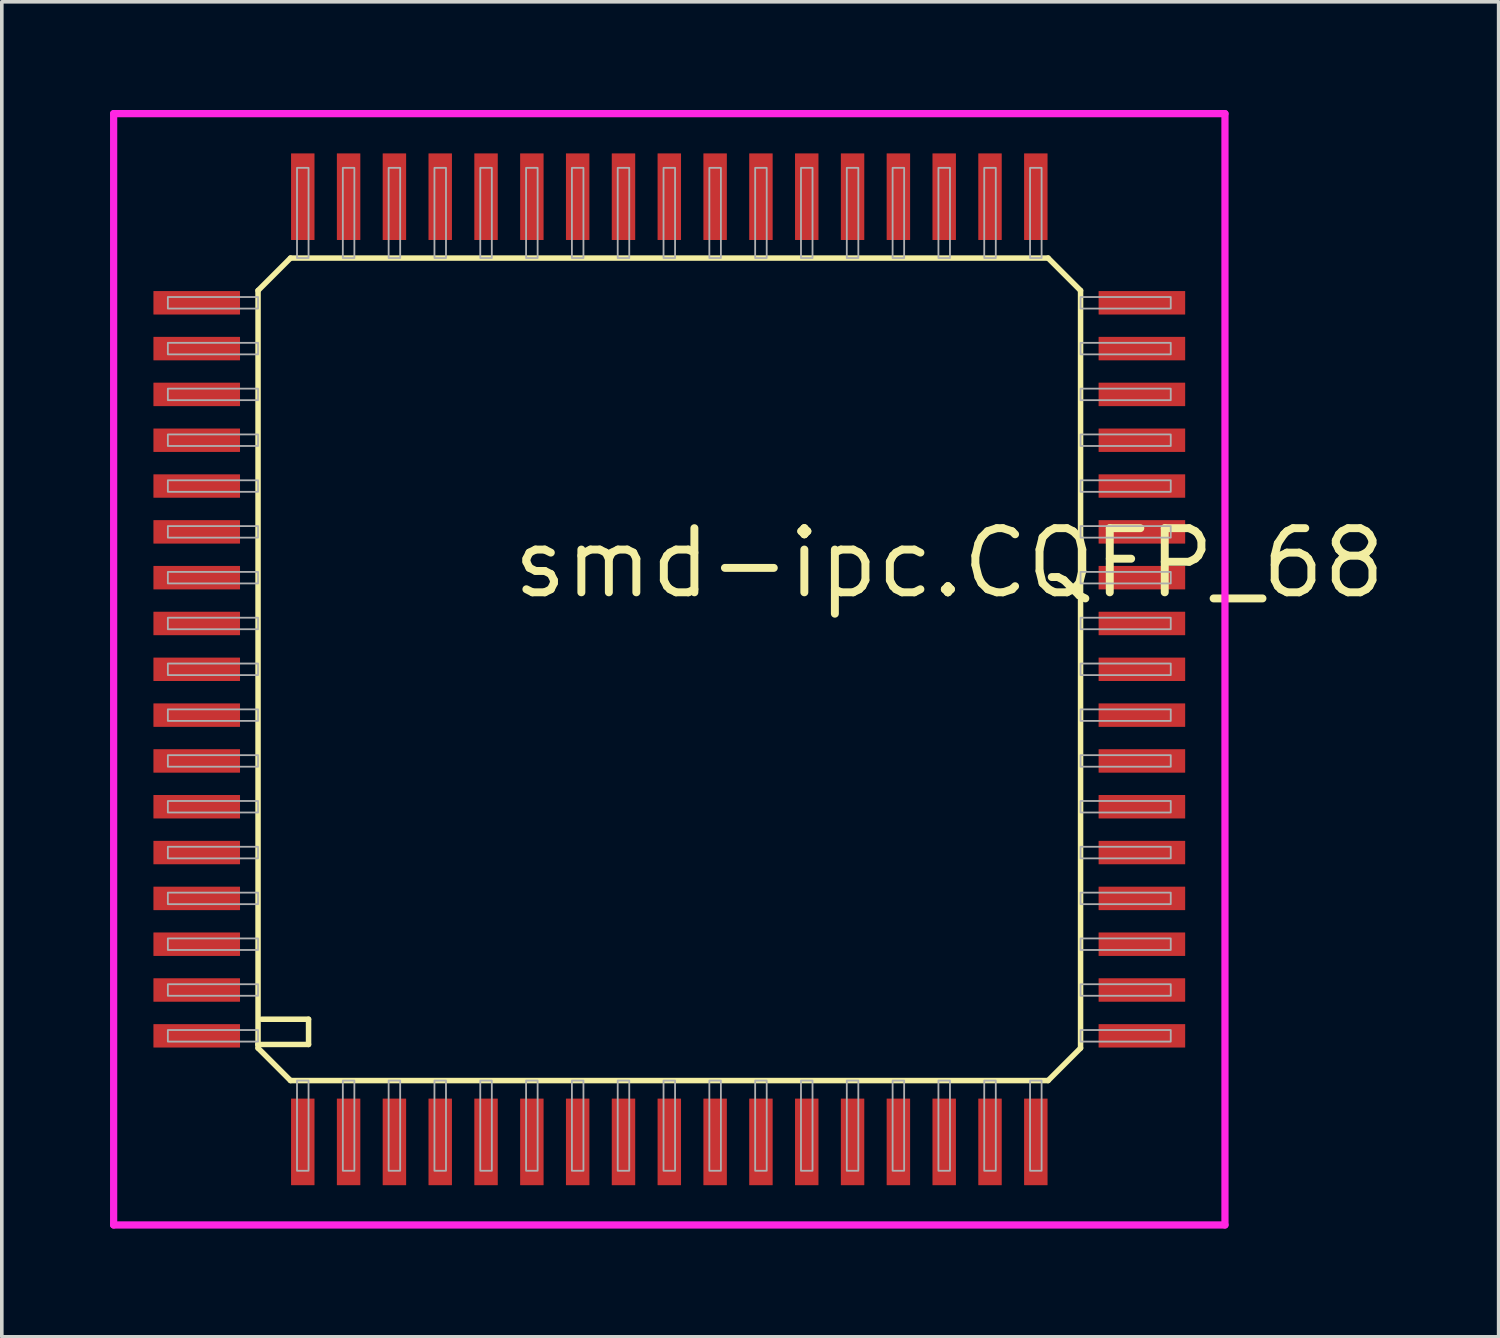
<source format=kicad_pcb>
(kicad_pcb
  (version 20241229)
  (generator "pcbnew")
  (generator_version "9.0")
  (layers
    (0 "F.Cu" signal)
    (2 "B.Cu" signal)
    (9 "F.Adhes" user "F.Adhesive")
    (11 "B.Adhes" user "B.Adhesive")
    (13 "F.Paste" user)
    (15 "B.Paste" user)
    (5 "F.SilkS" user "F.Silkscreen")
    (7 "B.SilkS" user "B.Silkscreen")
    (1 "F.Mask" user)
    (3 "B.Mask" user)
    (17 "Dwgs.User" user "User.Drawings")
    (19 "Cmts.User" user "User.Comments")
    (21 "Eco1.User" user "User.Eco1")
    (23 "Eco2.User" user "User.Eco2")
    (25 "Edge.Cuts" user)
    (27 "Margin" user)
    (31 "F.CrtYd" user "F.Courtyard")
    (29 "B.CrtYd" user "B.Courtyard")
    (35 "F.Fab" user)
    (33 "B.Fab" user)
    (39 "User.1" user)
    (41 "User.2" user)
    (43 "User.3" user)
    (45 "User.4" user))
  (footprint "smd-ipc.CQFP_68"
    (layer "F.Cu")
    (at 15.503 15.503)
    (property "Reference" "smd-ipc.CQFP_68" (at -4.445 -1.905 0) (layer "F.SilkS") (effects (font (size 1.778 1.778) (thickness 0.22)) (justify left bottom)))
    (attr smd)
    (fp_line (start -11.4 -10.5) (end -11.4 10.4) (stroke (width 0.152) (type default)) (layer "F.SilkS"))
    (fp_line (start -11.4 -10.5) (end -10.5 -11.4) (stroke (width 0.152) (type default)) (layer "F.SilkS"))
    (fp_line (start -11.4 10.4) (end -11.4 10.5) (stroke (width 0.152) (type default)) (layer "F.SilkS"))
    (fp_line (start -11.4 10.4) (end -10 10.4) (stroke (width 0.152) (type default)) (layer "F.SilkS"))
    (fp_line (start -11.4 10.5) (end -10.5 11.4) (stroke (width 0.152) (type default)) (layer "F.SilkS"))
    (fp_line (start -10.5 11.4) (end 10.5 11.4) (stroke (width 0.152) (type default)) (layer "F.SilkS"))
    (fp_line (start -10 9.7) (end -11.3 9.7) (stroke (width 0.152) (type default)) (layer "F.SilkS"))
    (fp_line (start -10 10.4) (end -10 9.7) (stroke (width 0.152) (type default)) (layer "F.SilkS"))
    (fp_line (start 10.5 -11.4) (end -10.5 -11.4) (stroke (width 0.152) (type default)) (layer "F.SilkS"))
    (fp_line (start 10.5 -11.4) (end 11.4 -10.5) (stroke (width 0.152) (type default)) (layer "F.SilkS"))
    (fp_line (start 10.5 11.4) (end 11.4 10.5) (stroke (width 0.152) (type default)) (layer "F.SilkS"))
    (fp_line (start 11.4 10.5) (end 11.4 -10.5) (stroke (width 0.152) (type default)) (layer "F.SilkS"))
    (fp_line (start -15.403 -15.403) (end 15.403 -15.403) (stroke (width 0.2) (type default)) (layer "F.CrtYd"))
    (fp_line (start -15.403 15.403) (end -15.403 -15.403) (stroke (width 0.2) (type default)) (layer "F.CrtYd"))
    (fp_line (start 15.403 -15.403) (end 15.403 15.403) (stroke (width 0.2) (type default)) (layer "F.CrtYd"))
    (fp_line (start 15.403 15.403) (end -15.403 15.403) (stroke (width 0.2) (type default)) (layer "F.CrtYd"))
    (fp_rect (start -13.9 -10) (end -11.4 -10.32) (stroke (width 0.05) (type default)) (fill no) (layer "F.Fab"))
    (fp_rect (start -13.9 -8.73) (end -11.4 -9.05) (stroke (width 0.05) (type default)) (fill no) (layer "F.Fab"))
    (fp_rect (start -13.9 -7.46) (end -11.4 -7.78) (stroke (width 0.05) (type default)) (fill no) (layer "F.Fab"))
    (fp_rect (start -13.9 -6.19) (end -11.4 -6.51) (stroke (width 0.05) (type default)) (fill no) (layer "F.Fab"))
    (fp_rect (start -13.9 -4.92) (end -11.4 -5.24) (stroke (width 0.05) (type default)) (fill no) (layer "F.Fab"))
    (fp_rect (start -13.9 -3.65) (end -11.4 -3.97) (stroke (width 0.05) (type default)) (fill no) (layer "F.Fab"))
    (fp_rect (start -13.9 -2.38) (end -11.4 -2.7) (stroke (width 0.05) (type default)) (fill no) (layer "F.Fab"))
    (fp_rect (start -13.9 -1.11) (end -11.4 -1.43) (stroke (width 0.05) (type default)) (fill no) (layer "F.Fab"))
    (fp_rect (start -13.9 0.16) (end -11.4 -0.16) (stroke (width 0.05) (type default)) (fill no) (layer "F.Fab"))
    (fp_rect (start -13.9 1.43) (end -11.4 1.11) (stroke (width 0.05) (type default)) (fill no) (layer "F.Fab"))
    (fp_rect (start -13.9 2.7) (end -11.4 2.38) (stroke (width 0.05) (type default)) (fill no) (layer "F.Fab"))
    (fp_rect (start -13.9 3.97) (end -11.4 3.65) (stroke (width 0.05) (type default)) (fill no) (layer "F.Fab"))
    (fp_rect (start -13.9 5.24) (end -11.4 4.92) (stroke (width 0.05) (type default)) (fill no) (layer "F.Fab"))
    (fp_rect (start -13.9 6.51) (end -11.4 6.19) (stroke (width 0.05) (type default)) (fill no) (layer "F.Fab"))
    (fp_rect (start -13.9 7.78) (end -11.4 7.46) (stroke (width 0.05) (type default)) (fill no) (layer "F.Fab"))
    (fp_rect (start -13.9 9.05) (end -11.4 8.73) (stroke (width 0.05) (type default)) (fill no) (layer "F.Fab"))
    (fp_rect (start -13.9 10.32) (end -11.4 10) (stroke (width 0.05) (type default)) (fill no) (layer "F.Fab"))
    (fp_rect (start -10.32 -11.4) (end -10 -13.9) (stroke (width 0.05) (type default)) (fill no) (layer "F.Fab"))
    (fp_rect (start -10.32 13.9) (end -10 11.4) (stroke (width 0.05) (type default)) (fill no) (layer "F.Fab"))
    (fp_rect (start -9.05 -11.4) (end -8.73 -13.9) (stroke (width 0.05) (type default)) (fill no) (layer "F.Fab"))
    (fp_rect (start -9.05 13.9) (end -8.73 11.4) (stroke (width 0.05) (type default)) (fill no) (layer "F.Fab"))
    (fp_rect (start -7.78 -11.4) (end -7.46 -13.9) (stroke (width 0.05) (type default)) (fill no) (layer "F.Fab"))
    (fp_rect (start -7.78 13.9) (end -7.46 11.4) (stroke (width 0.05) (type default)) (fill no) (layer "F.Fab"))
    (fp_rect (start -6.51 -11.4) (end -6.19 -13.9) (stroke (width 0.05) (type default)) (fill no) (layer "F.Fab"))
    (fp_rect (start -6.51 13.9) (end -6.19 11.4) (stroke (width 0.05) (type default)) (fill no) (layer "F.Fab"))
    (fp_rect (start -5.24 -11.4) (end -4.92 -13.9) (stroke (width 0.05) (type default)) (fill no) (layer "F.Fab"))
    (fp_rect (start -5.24 13.9) (end -4.92 11.4) (stroke (width 0.05) (type default)) (fill no) (layer "F.Fab"))
    (fp_rect (start -3.97 -11.4) (end -3.65 -13.9) (stroke (width 0.05) (type default)) (fill no) (layer "F.Fab"))
    (fp_rect (start -3.97 13.9) (end -3.65 11.4) (stroke (width 0.05) (type default)) (fill no) (layer "F.Fab"))
    (fp_rect (start -2.7 -11.4) (end -2.38 -13.9) (stroke (width 0.05) (type default)) (fill no) (layer "F.Fab"))
    (fp_rect (start -2.7 13.9) (end -2.38 11.4) (stroke (width 0.05) (type default)) (fill no) (layer "F.Fab"))
    (fp_rect (start -1.43 -11.4) (end -1.11 -13.9) (stroke (width 0.05) (type default)) (fill no) (layer "F.Fab"))
    (fp_rect (start -1.43 13.9) (end -1.11 11.4) (stroke (width 0.05) (type default)) (fill no) (layer "F.Fab"))
    (fp_rect (start -0.16 -11.4) (end 0.16 -13.9) (stroke (width 0.05) (type default)) (fill no) (layer "F.Fab"))
    (fp_rect (start -0.16 13.9) (end 0.16 11.4) (stroke (width 0.05) (type default)) (fill no) (layer "F.Fab"))
    (fp_rect (start 1.11 -11.4) (end 1.43 -13.9) (stroke (width 0.05) (type default)) (fill no) (layer "F.Fab"))
    (fp_rect (start 1.11 13.9) (end 1.43 11.4) (stroke (width 0.05) (type default)) (fill no) (layer "F.Fab"))
    (fp_rect (start 2.38 -11.4) (end 2.7 -13.9) (stroke (width 0.05) (type default)) (fill no) (layer "F.Fab"))
    (fp_rect (start 2.38 13.9) (end 2.7 11.4) (stroke (width 0.05) (type default)) (fill no) (layer "F.Fab"))
    (fp_rect (start 3.65 -11.4) (end 3.97 -13.9) (stroke (width 0.05) (type default)) (fill no) (layer "F.Fab"))
    (fp_rect (start 3.65 13.9) (end 3.97 11.4) (stroke (width 0.05) (type default)) (fill no) (layer "F.Fab"))
    (fp_rect (start 4.92 -11.4) (end 5.24 -13.9) (stroke (width 0.05) (type default)) (fill no) (layer "F.Fab"))
    (fp_rect (start 4.92 13.9) (end 5.24 11.4) (stroke (width 0.05) (type default)) (fill no) (layer "F.Fab"))
    (fp_rect (start 6.19 -11.4) (end 6.51 -13.9) (stroke (width 0.05) (type default)) (fill no) (layer "F.Fab"))
    (fp_rect (start 6.19 13.9) (end 6.51 11.4) (stroke (width 0.05) (type default)) (fill no) (layer "F.Fab"))
    (fp_rect (start 7.46 -11.4) (end 7.78 -13.9) (stroke (width 0.05) (type default)) (fill no) (layer "F.Fab"))
    (fp_rect (start 7.46 13.9) (end 7.78 11.4) (stroke (width 0.05) (type default)) (fill no) (layer "F.Fab"))
    (fp_rect (start 8.73 -11.4) (end 9.05 -13.9) (stroke (width 0.05) (type default)) (fill no) (layer "F.Fab"))
    (fp_rect (start 8.73 13.9) (end 9.05 11.4) (stroke (width 0.05) (type default)) (fill no) (layer "F.Fab"))
    (fp_rect (start 10 -11.4) (end 10.32 -13.9) (stroke (width 0.05) (type default)) (fill no) (layer "F.Fab"))
    (fp_rect (start 10 13.9) (end 10.32 11.4) (stroke (width 0.05) (type default)) (fill no) (layer "F.Fab"))
    (fp_rect (start 11.4 -10) (end 13.9 -10.32) (stroke (width 0.05) (type default)) (fill no) (layer "F.Fab"))
    (fp_rect (start 11.4 -8.73) (end 13.9 -9.05) (stroke (width 0.05) (type default)) (fill no) (layer "F.Fab"))
    (fp_rect (start 11.4 -7.46) (end 13.9 -7.78) (stroke (width 0.05) (type default)) (fill no) (layer "F.Fab"))
    (fp_rect (start 11.4 -6.19) (end 13.9 -6.51) (stroke (width 0.05) (type default)) (fill no) (layer "F.Fab"))
    (fp_rect (start 11.4 -4.92) (end 13.9 -5.24) (stroke (width 0.05) (type default)) (fill no) (layer "F.Fab"))
    (fp_rect (start 11.4 -3.65) (end 13.9 -3.97) (stroke (width 0.05) (type default)) (fill no) (layer "F.Fab"))
    (fp_rect (start 11.4 -2.38) (end 13.9 -2.7) (stroke (width 0.05) (type default)) (fill no) (layer "F.Fab"))
    (fp_rect (start 11.4 -1.11) (end 13.9 -1.43) (stroke (width 0.05) (type default)) (fill no) (layer "F.Fab"))
    (fp_rect (start 11.4 0.16) (end 13.9 -0.16) (stroke (width 0.05) (type default)) (fill no) (layer "F.Fab"))
    (fp_rect (start 11.4 1.43) (end 13.9 1.11) (stroke (width 0.05) (type default)) (fill no) (layer "F.Fab"))
    (fp_rect (start 11.4 2.7) (end 13.9 2.38) (stroke (width 0.05) (type default)) (fill no) (layer "F.Fab"))
    (fp_rect (start 11.4 3.97) (end 13.9 3.65) (stroke (width 0.05) (type default)) (fill no) (layer "F.Fab"))
    (fp_rect (start 11.4 5.24) (end 13.9 4.92) (stroke (width 0.05) (type default)) (fill no) (layer "F.Fab"))
    (fp_rect (start 11.4 6.51) (end 13.9 6.19) (stroke (width 0.05) (type default)) (fill no) (layer "F.Fab"))
    (fp_rect (start 11.4 7.78) (end 13.9 7.46) (stroke (width 0.05) (type default)) (fill no) (layer "F.Fab"))
    (fp_rect (start 11.4 9.05) (end 13.9 8.73) (stroke (width 0.05) (type default)) (fill no) (layer "F.Fab"))
    (fp_rect (start 11.4 10.32) (end 13.9 10) (stroke (width 0.05) (type default)) (fill no) (layer "F.Fab"))
    (pad "1" smd roundrect (at -10.16 13.1) (size 0.65 2.4) (layers "F.Cu" "F.Mask" "F.Paste") (roundrect_rratio 0.01))
    (pad "2" smd roundrect (at -8.89 13.1) (size 0.65 2.4) (layers "F.Cu" "F.Mask" "F.Paste") (roundrect_rratio 0.01))
    (pad "3" smd roundrect (at -7.62 13.1) (size 0.65 2.4) (layers "F.Cu" "F.Mask" "F.Paste") (roundrect_rratio 0.01))
    (pad "4" smd roundrect (at -6.35 13.1) (size 0.65 2.4) (layers "F.Cu" "F.Mask" "F.Paste") (roundrect_rratio 0.01))
    (pad "5" smd roundrect (at -5.08 13.1) (size 0.65 2.4) (layers "F.Cu" "F.Mask" "F.Paste") (roundrect_rratio 0.01))
    (pad "6" smd roundrect (at -3.81 13.1) (size 0.65 2.4) (layers "F.Cu" "F.Mask" "F.Paste") (roundrect_rratio 0.01))
    (pad "7" smd roundrect (at -2.54 13.1) (size 0.65 2.4) (layers "F.Cu" "F.Mask" "F.Paste") (roundrect_rratio 0.01))
    (pad "8" smd roundrect (at -1.27 13.1) (size 0.65 2.4) (layers "F.Cu" "F.Mask" "F.Paste") (roundrect_rratio 0.01))
    (pad "9" smd roundrect (at 0 13.1) (size 0.65 2.4) (layers "F.Cu" "F.Mask" "F.Paste") (roundrect_rratio 0.01))
    (pad "10" smd roundrect (at 1.27 13.1) (size 0.65 2.4) (layers "F.Cu" "F.Mask" "F.Paste") (roundrect_rratio 0.01))
    (pad "11" smd roundrect (at 2.54 13.1) (size 0.65 2.4) (layers "F.Cu" "F.Mask" "F.Paste") (roundrect_rratio 0.01))
    (pad "12" smd roundrect (at 3.81 13.1) (size 0.65 2.4) (layers "F.Cu" "F.Mask" "F.Paste") (roundrect_rratio 0.01))
    (pad "13" smd roundrect (at 5.08 13.1) (size 0.65 2.4) (layers "F.Cu" "F.Mask" "F.Paste") (roundrect_rratio 0.01))
    (pad "14" smd roundrect (at 6.35 13.1) (size 0.65 2.4) (layers "F.Cu" "F.Mask" "F.Paste") (roundrect_rratio 0.01))
    (pad "15" smd roundrect (at 7.62 13.1) (size 0.65 2.4) (layers "F.Cu" "F.Mask" "F.Paste") (roundrect_rratio 0.01))
    (pad "16" smd roundrect (at 8.89 13.1) (size 0.65 2.4) (layers "F.Cu" "F.Mask" "F.Paste") (roundrect_rratio 0.01))
    (pad "17" smd roundrect (at 10.16 13.1) (size 0.65 2.4) (layers "F.Cu" "F.Mask" "F.Paste") (roundrect_rratio 0.01))
    (pad "18" smd roundrect (at 13.1 10.16) (size 2.4 0.65) (layers "F.Cu" "F.Mask" "F.Paste") (roundrect_rratio 0.01))
    (pad "19" smd roundrect (at 13.1 8.89) (size 2.4 0.65) (layers "F.Cu" "F.Mask" "F.Paste") (roundrect_rratio 0.01))
    (pad "20" smd roundrect (at 13.1 7.62) (size 2.4 0.65) (layers "F.Cu" "F.Mask" "F.Paste") (roundrect_rratio 0.01))
    (pad "21" smd roundrect (at 13.1 6.35) (size 2.4 0.65) (layers "F.Cu" "F.Mask" "F.Paste") (roundrect_rratio 0.01))
    (pad "22" smd roundrect (at 13.1 5.08) (size 2.4 0.65) (layers "F.Cu" "F.Mask" "F.Paste") (roundrect_rratio 0.01))
    (pad "23" smd roundrect (at 13.1 3.81) (size 2.4 0.65) (layers "F.Cu" "F.Mask" "F.Paste") (roundrect_rratio 0.01))
    (pad "24" smd roundrect (at 13.1 2.54) (size 2.4 0.65) (layers "F.Cu" "F.Mask" "F.Paste") (roundrect_rratio 0.01))
    (pad "25" smd roundrect (at 13.1 1.27) (size 2.4 0.65) (layers "F.Cu" "F.Mask" "F.Paste") (roundrect_rratio 0.01))
    (pad "26" smd roundrect (at 13.1 0) (size 2.4 0.65) (layers "F.Cu" "F.Mask" "F.Paste") (roundrect_rratio 0.01))
    (pad "27" smd roundrect (at 13.1 -1.27) (size 2.4 0.65) (layers "F.Cu" "F.Mask" "F.Paste") (roundrect_rratio 0.01))
    (pad "28" smd roundrect (at 13.1 -2.54) (size 2.4 0.65) (layers "F.Cu" "F.Mask" "F.Paste") (roundrect_rratio 0.01))
    (pad "29" smd roundrect (at 13.1 -3.81) (size 2.4 0.65) (layers "F.Cu" "F.Mask" "F.Paste") (roundrect_rratio 0.01))
    (pad "30" smd roundrect (at 13.1 -5.08) (size 2.4 0.65) (layers "F.Cu" "F.Mask" "F.Paste") (roundrect_rratio 0.01))
    (pad "31" smd roundrect (at 13.1 -6.35) (size 2.4 0.65) (layers "F.Cu" "F.Mask" "F.Paste") (roundrect_rratio 0.01))
    (pad "32" smd roundrect (at 13.1 -7.62) (size 2.4 0.65) (layers "F.Cu" "F.Mask" "F.Paste") (roundrect_rratio 0.01))
    (pad "33" smd roundrect (at 13.1 -8.89) (size 2.4 0.65) (layers "F.Cu" "F.Mask" "F.Paste") (roundrect_rratio 0.01))
    (pad "34" smd roundrect (at 13.1 -10.16) (size 2.4 0.65) (layers "F.Cu" "F.Mask" "F.Paste") (roundrect_rratio 0.01))
    (pad "35" smd roundrect (at 10.16 -13.1) (size 0.65 2.4) (layers "F.Cu" "F.Mask" "F.Paste") (roundrect_rratio 0.01))
    (pad "36" smd roundrect (at 8.89 -13.1) (size 0.65 2.4) (layers "F.Cu" "F.Mask" "F.Paste") (roundrect_rratio 0.01))
    (pad "37" smd roundrect (at 7.62 -13.1) (size 0.65 2.4) (layers "F.Cu" "F.Mask" "F.Paste") (roundrect_rratio 0.01))
    (pad "38" smd roundrect (at 6.35 -13.1) (size 0.65 2.4) (layers "F.Cu" "F.Mask" "F.Paste") (roundrect_rratio 0.01))
    (pad "39" smd roundrect (at 5.08 -13.1) (size 0.65 2.4) (layers "F.Cu" "F.Mask" "F.Paste") (roundrect_rratio 0.01))
    (pad "40" smd roundrect (at 3.81 -13.1) (size 0.65 2.4) (layers "F.Cu" "F.Mask" "F.Paste") (roundrect_rratio 0.01))
    (pad "41" smd roundrect (at 2.54 -13.1) (size 0.65 2.4) (layers "F.Cu" "F.Mask" "F.Paste") (roundrect_rratio 0.01))
    (pad "42" smd roundrect (at 1.27 -13.1) (size 0.65 2.4) (layers "F.Cu" "F.Mask" "F.Paste") (roundrect_rratio 0.01))
    (pad "43" smd roundrect (at 0 -13.1) (size 0.65 2.4) (layers "F.Cu" "F.Mask" "F.Paste") (roundrect_rratio 0.01))
    (pad "44" smd roundrect (at -1.27 -13.1) (size 0.65 2.4) (layers "F.Cu" "F.Mask" "F.Paste") (roundrect_rratio 0.01))
    (pad "45" smd roundrect (at -2.54 -13.1) (size 0.65 2.4) (layers "F.Cu" "F.Mask" "F.Paste") (roundrect_rratio 0.01))
    (pad "46" smd roundrect (at -3.81 -13.1) (size 0.65 2.4) (layers "F.Cu" "F.Mask" "F.Paste") (roundrect_rratio 0.01))
    (pad "47" smd roundrect (at -5.08 -13.1) (size 0.65 2.4) (layers "F.Cu" "F.Mask" "F.Paste") (roundrect_rratio 0.01))
    (pad "48" smd roundrect (at -6.35 -13.1) (size 0.65 2.4) (layers "F.Cu" "F.Mask" "F.Paste") (roundrect_rratio 0.01))
    (pad "49" smd roundrect (at -7.62 -13.1) (size 0.65 2.4) (layers "F.Cu" "F.Mask" "F.Paste") (roundrect_rratio 0.01))
    (pad "50" smd roundrect (at -8.89 -13.1) (size 0.65 2.4) (layers "F.Cu" "F.Mask" "F.Paste") (roundrect_rratio 0.01))
    (pad "51" smd roundrect (at -10.16 -13.1) (size 0.65 2.4) (layers "F.Cu" "F.Mask" "F.Paste") (roundrect_rratio 0.01))
    (pad "52" smd roundrect (at -13.1 -10.16) (size 2.4 0.65) (layers "F.Cu" "F.Mask" "F.Paste") (roundrect_rratio 0.01))
    (pad "53" smd roundrect (at -13.1 -8.89) (size 2.4 0.65) (layers "F.Cu" "F.Mask" "F.Paste") (roundrect_rratio 0.01))
    (pad "54" smd roundrect (at -13.1 -7.62) (size 2.4 0.65) (layers "F.Cu" "F.Mask" "F.Paste") (roundrect_rratio 0.01))
    (pad "55" smd roundrect (at -13.1 -6.35) (size 2.4 0.65) (layers "F.Cu" "F.Mask" "F.Paste") (roundrect_rratio 0.01))
    (pad "56" smd roundrect (at -13.1 -5.08) (size 2.4 0.65) (layers "F.Cu" "F.Mask" "F.Paste") (roundrect_rratio 0.01))
    (pad "57" smd roundrect (at -13.1 -3.81) (size 2.4 0.65) (layers "F.Cu" "F.Mask" "F.Paste") (roundrect_rratio 0.01))
    (pad "58" smd roundrect (at -13.1 -2.54) (size 2.4 0.65) (layers "F.Cu" "F.Mask" "F.Paste") (roundrect_rratio 0.01))
    (pad "59" smd roundrect (at -13.1 -1.27) (size 2.4 0.65) (layers "F.Cu" "F.Mask" "F.Paste") (roundrect_rratio 0.01))
    (pad "60" smd roundrect (at -13.1 0) (size 2.4 0.65) (layers "F.Cu" "F.Mask" "F.Paste") (roundrect_rratio 0.01))
    (pad "61" smd roundrect (at -13.1 1.27) (size 2.4 0.65) (layers "F.Cu" "F.Mask" "F.Paste") (roundrect_rratio 0.01))
    (pad "62" smd roundrect (at -13.1 2.54) (size 2.4 0.65) (layers "F.Cu" "F.Mask" "F.Paste") (roundrect_rratio 0.01))
    (pad "63" smd roundrect (at -13.1 3.81) (size 2.4 0.65) (layers "F.Cu" "F.Mask" "F.Paste") (roundrect_rratio 0.01))
    (pad "64" smd roundrect (at -13.1 5.08) (size 2.4 0.65) (layers "F.Cu" "F.Mask" "F.Paste") (roundrect_rratio 0.01))
    (pad "65" smd roundrect (at -13.1 6.35) (size 2.4 0.65) (layers "F.Cu" "F.Mask" "F.Paste") (roundrect_rratio 0.01))
    (pad "66" smd roundrect (at -13.1 7.62) (size 2.4 0.65) (layers "F.Cu" "F.Mask" "F.Paste") (roundrect_rratio 0.01))
    (pad "67" smd roundrect (at -13.1 8.89) (size 2.4 0.65) (layers "F.Cu" "F.Mask" "F.Paste") (roundrect_rratio 0.01))
    (pad "68" smd roundrect (at -13.1 10.16) (size 2.4 0.65) (layers "F.Cu" "F.Mask" "F.Paste") (roundrect_rratio 0.01)))
  (gr_rect
    (start -3 -3)
    (end 38.492 34.006)
    (stroke (width 0.1) (type default))
    (fill no)
    (layer "Edge.Cuts")))
</source>
